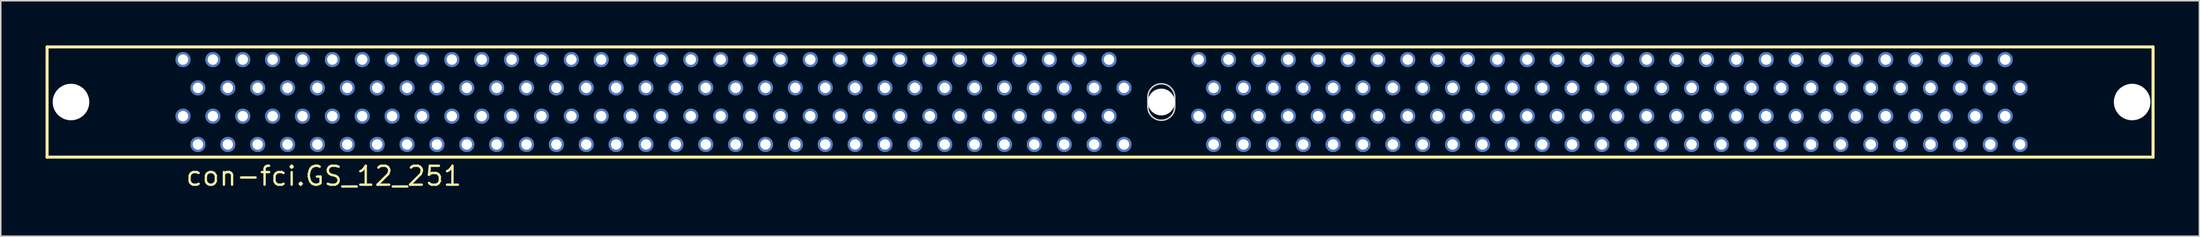
<source format=kicad_pcb>
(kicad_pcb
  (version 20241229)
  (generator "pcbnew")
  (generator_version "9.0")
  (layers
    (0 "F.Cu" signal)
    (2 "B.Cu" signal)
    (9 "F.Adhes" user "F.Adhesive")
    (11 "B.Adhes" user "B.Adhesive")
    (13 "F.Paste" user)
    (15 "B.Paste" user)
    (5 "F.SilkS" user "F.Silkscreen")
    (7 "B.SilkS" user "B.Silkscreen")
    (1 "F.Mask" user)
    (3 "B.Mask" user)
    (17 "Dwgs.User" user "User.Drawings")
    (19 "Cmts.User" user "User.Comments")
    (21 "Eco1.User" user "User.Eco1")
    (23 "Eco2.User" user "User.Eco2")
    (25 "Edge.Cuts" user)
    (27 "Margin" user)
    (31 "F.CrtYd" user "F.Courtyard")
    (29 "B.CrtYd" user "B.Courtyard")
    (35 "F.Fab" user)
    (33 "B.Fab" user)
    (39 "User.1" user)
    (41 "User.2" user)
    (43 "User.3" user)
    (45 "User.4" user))
  (footprint "con-fci.GS_12_251"
    (layer "F.Cu")
    (at 74.702 3.802)
    (property "Reference" "con-fci.GS_12_251" (at -65.405 5.715 0) (layer "F.SilkS") (effects (font (size 1.27 1.27) (thickness 0.16)) (justify left bottom)))
    (attr through_hole)
    (fp_line (start -74.6 -3.7) (end -74.6 3.7) (stroke (width 0.203) (type default)) (layer "F.SilkS"))
    (fp_line (start -74.6 -3.7) (end 66.4 -3.7) (stroke (width 0.203) (type default)) (layer "F.SilkS"))
    (fp_line (start 66.4 -3.7) (end 66.4 3.7) (stroke (width 0.203) (type default)) (layer "F.SilkS"))
    (fp_line (start 66.4 3.7) (end -74.6 3.7) (stroke (width 0.203) (type default)) (layer "F.SilkS"))
    (fp_line (start -0.9 0.325) (end -0.9 -0.325) (stroke (width 0.1) (type default)) (layer "Edge.Cuts"))
    (fp_line (start 0.9 -0.325) (end 0.9 0.325) (stroke (width 0.1) (type default)) (layer "Edge.Cuts"))
    (fp_arc (start -0.9 -0.325) (mid -0.636396 -0.961396) (end 0 -1.225) (stroke (width 0.1) (type default)) (layer "Edge.Cuts"))
    (fp_arc (start 0 -1.225) (mid 0.636396 -0.961396) (end 0.9 -0.325) (stroke (width 0.1) (type default)) (layer "Edge.Cuts"))
    (fp_arc (start 0 1.225) (mid -0.636396 0.961396) (end -0.9 0.325) (stroke (width 0.1) (type default)) (layer "Edge.Cuts"))
    (fp_arc (start 0.9 0.325) (mid 0.636396 0.961396) (end 0 1.225) (stroke (width 0.1) (type default)) (layer "Edge.Cuts"))
    (pad "" np_thru_hole circle (at -73 0) (size 2.45 2.45) (drill 2.45) (layers "*.Cu" "*.Mask"))
    (pad "" np_thru_hole circle (at 0 0) (size 1.8 1.8) (drill 1.8) (layers "*.Cu" "*.Mask"))
    (pad "" np_thru_hole circle (at 65 0) (size 2.45 2.45) (drill 2.45) (layers "*.Cu" "*.Mask"))
    (pad "1" thru_hole circle (at -65.5 0.95) (size 1.016 1.016) (drill 0.7) (layers "*.Cu" "*.Mask"))
    (pad "2" thru_hole circle (at -64.5 2.85) (size 1.016 1.016) (drill 0.7) (layers "*.Cu" "*.Mask"))
    (pad "3" thru_hole circle (at -63.5 0.95) (size 1.016 1.016) (drill 0.7) (layers "*.Cu" "*.Mask"))
    (pad "4" thru_hole circle (at -62.5 2.85) (size 1.016 1.016) (drill 0.7) (layers "*.Cu" "*.Mask"))
    (pad "5" thru_hole circle (at -61.5 0.95) (size 1.016 1.016) (drill 0.7) (layers "*.Cu" "*.Mask"))
    (pad "6" thru_hole circle (at -60.5 2.85) (size 1.016 1.016) (drill 0.7) (layers "*.Cu" "*.Mask"))
    (pad "7" thru_hole circle (at -59.5 0.95) (size 1.016 1.016) (drill 0.7) (layers "*.Cu" "*.Mask"))
    (pad "8" thru_hole circle (at -58.5 2.85) (size 1.016 1.016) (drill 0.7) (layers "*.Cu" "*.Mask"))
    (pad "9" thru_hole circle (at -57.5 0.95) (size 1.016 1.016) (drill 0.7) (layers "*.Cu" "*.Mask"))
    (pad "10" thru_hole circle (at -56.5 2.85) (size 1.016 1.016) (drill 0.7) (layers "*.Cu" "*.Mask"))
    (pad "11" thru_hole circle (at -55.5 0.95) (size 1.016 1.016) (drill 0.7) (layers "*.Cu" "*.Mask"))
    (pad "12" thru_hole circle (at -54.5 2.85) (size 1.016 1.016) (drill 0.7) (layers "*.Cu" "*.Mask"))
    (pad "13" thru_hole circle (at -53.5 0.95) (size 1.016 1.016) (drill 0.7) (layers "*.Cu" "*.Mask"))
    (pad "14" thru_hole circle (at -52.5 2.85) (size 1.016 1.016) (drill 0.7) (layers "*.Cu" "*.Mask"))
    (pad "15" thru_hole circle (at -51.5 0.95) (size 1.016 1.016) (drill 0.7) (layers "*.Cu" "*.Mask"))
    (pad "16" thru_hole circle (at -50.5 2.85) (size 1.016 1.016) (drill 0.7) (layers "*.Cu" "*.Mask"))
    (pad "17" thru_hole circle (at -49.5 0.95) (size 1.016 1.016) (drill 0.7) (layers "*.Cu" "*.Mask"))
    (pad "18" thru_hole circle (at -48.5 2.85) (size 1.016 1.016) (drill 0.7) (layers "*.Cu" "*.Mask"))
    (pad "19" thru_hole circle (at -47.5 0.95) (size 1.016 1.016) (drill 0.7) (layers "*.Cu" "*.Mask"))
    (pad "20" thru_hole circle (at -46.5 2.85) (size 1.016 1.016) (drill 0.7) (layers "*.Cu" "*.Mask"))
    (pad "21" thru_hole circle (at -45.5 0.95) (size 1.016 1.016) (drill 0.7) (layers "*.Cu" "*.Mask"))
    (pad "22" thru_hole circle (at -44.5 2.85) (size 1.016 1.016) (drill 0.7) (layers "*.Cu" "*.Mask"))
    (pad "23" thru_hole circle (at -43.5 0.95) (size 1.016 1.016) (drill 0.7) (layers "*.Cu" "*.Mask"))
    (pad "24" thru_hole circle (at -42.5 2.85) (size 1.016 1.016) (drill 0.7) (layers "*.Cu" "*.Mask"))
    (pad "25" thru_hole circle (at -41.5 0.95) (size 1.016 1.016) (drill 0.7) (layers "*.Cu" "*.Mask"))
    (pad "26" thru_hole circle (at -40.5 2.85) (size 1.016 1.016) (drill 0.7) (layers "*.Cu" "*.Mask"))
    (pad "27" thru_hole circle (at -39.5 0.95) (size 1.016 1.016) (drill 0.7) (layers "*.Cu" "*.Mask"))
    (pad "28" thru_hole circle (at -38.5 2.85) (size 1.016 1.016) (drill 0.7) (layers "*.Cu" "*.Mask"))
    (pad "29" thru_hole circle (at -37.5 0.95) (size 1.016 1.016) (drill 0.7) (layers "*.Cu" "*.Mask"))
    (pad "30" thru_hole circle (at -36.5 2.85) (size 1.016 1.016) (drill 0.7) (layers "*.Cu" "*.Mask"))
    (pad "31" thru_hole circle (at -35.5 0.95) (size 1.016 1.016) (drill 0.7) (layers "*.Cu" "*.Mask"))
    (pad "32" thru_hole circle (at -34.5 2.85) (size 1.016 1.016) (drill 0.7) (layers "*.Cu" "*.Mask"))
    (pad "33" thru_hole circle (at -33.5 0.95) (size 1.016 1.016) (drill 0.7) (layers "*.Cu" "*.Mask"))
    (pad "34" thru_hole circle (at -32.5 2.85) (size 1.016 1.016) (drill 0.7) (layers "*.Cu" "*.Mask"))
    (pad "35" thru_hole circle (at -31.5 0.95) (size 1.016 1.016) (drill 0.7) (layers "*.Cu" "*.Mask"))
    (pad "36" thru_hole circle (at -30.5 2.85) (size 1.016 1.016) (drill 0.7) (layers "*.Cu" "*.Mask"))
    (pad "37" thru_hole circle (at -29.5 0.95) (size 1.016 1.016) (drill 0.7) (layers "*.Cu" "*.Mask"))
    (pad "38" thru_hole circle (at -28.5 2.85) (size 1.016 1.016) (drill 0.7) (layers "*.Cu" "*.Mask"))
    (pad "39" thru_hole circle (at -27.5 0.95) (size 1.016 1.016) (drill 0.7) (layers "*.Cu" "*.Mask"))
    (pad "40" thru_hole circle (at -26.5 2.85) (size 1.016 1.016) (drill 0.7) (layers "*.Cu" "*.Mask"))
    (pad "41" thru_hole circle (at -25.5 0.95) (size 1.016 1.016) (drill 0.7) (layers "*.Cu" "*.Mask"))
    (pad "42" thru_hole circle (at -24.5 2.85) (size 1.016 1.016) (drill 0.7) (layers "*.Cu" "*.Mask"))
    (pad "43" thru_hole circle (at -23.5 0.95) (size 1.016 1.016) (drill 0.7) (layers "*.Cu" "*.Mask"))
    (pad "44" thru_hole circle (at -22.5 2.85) (size 1.016 1.016) (drill 0.7) (layers "*.Cu" "*.Mask"))
    (pad "45" thru_hole circle (at -21.5 0.95) (size 1.016 1.016) (drill 0.7) (layers "*.Cu" "*.Mask"))
    (pad "46" thru_hole circle (at -20.5 2.85) (size 1.016 1.016) (drill 0.7) (layers "*.Cu" "*.Mask"))
    (pad "47" thru_hole circle (at -19.5 0.95) (size 1.016 1.016) (drill 0.7) (layers "*.Cu" "*.Mask"))
    (pad "48" thru_hole circle (at -18.5 2.85) (size 1.016 1.016) (drill 0.7) (layers "*.Cu" "*.Mask"))
    (pad "49" thru_hole circle (at -17.5 0.95) (size 1.016 1.016) (drill 0.7) (layers "*.Cu" "*.Mask"))
    (pad "50" thru_hole circle (at -16.5 2.85) (size 1.016 1.016) (drill 0.7) (layers "*.Cu" "*.Mask"))
    (pad "51" thru_hole circle (at -15.5 0.95) (size 1.016 1.016) (drill 0.7) (layers "*.Cu" "*.Mask"))
    (pad "52" thru_hole circle (at -14.5 2.85) (size 1.016 1.016) (drill 0.7) (layers "*.Cu" "*.Mask"))
    (pad "53" thru_hole circle (at -13.5 0.95) (size 1.016 1.016) (drill 0.7) (layers "*.Cu" "*.Mask"))
    (pad "54" thru_hole circle (at -12.5 2.85) (size 1.016 1.016) (drill 0.7) (layers "*.Cu" "*.Mask"))
    (pad "55" thru_hole circle (at -11.5 0.95) (size 1.016 1.016) (drill 0.7) (layers "*.Cu" "*.Mask"))
    (pad "56" thru_hole circle (at -10.5 2.85) (size 1.016 1.016) (drill 0.7) (layers "*.Cu" "*.Mask"))
    (pad "57" thru_hole circle (at -9.5 0.95) (size 1.016 1.016) (drill 0.7) (layers "*.Cu" "*.Mask"))
    (pad "58" thru_hole circle (at -8.5 2.85) (size 1.016 1.016) (drill 0.7) (layers "*.Cu" "*.Mask"))
    (pad "59" thru_hole circle (at -7.5 0.95) (size 1.016 1.016) (drill 0.7) (layers "*.Cu" "*.Mask"))
    (pad "60" thru_hole circle (at -6.5 2.85) (size 1.016 1.016) (drill 0.7) (layers "*.Cu" "*.Mask"))
    (pad "61" thru_hole circle (at -5.5 0.95) (size 1.016 1.016) (drill 0.7) (layers "*.Cu" "*.Mask"))
    (pad "62" thru_hole circle (at -4.5 2.85) (size 1.016 1.016) (drill 0.7) (layers "*.Cu" "*.Mask"))
    (pad "63" thru_hole circle (at -3.5 0.95) (size 1.016 1.016) (drill 0.7) (layers "*.Cu" "*.Mask"))
    (pad "64" thru_hole circle (at -2.5 2.85) (size 1.016 1.016) (drill 0.7) (layers "*.Cu" "*.Mask"))
    (pad "65" thru_hole circle (at 2.5 0.95) (size 1.016 1.016) (drill 0.7) (layers "*.Cu" "*.Mask"))
    (pad "66" thru_hole circle (at 3.5 2.85) (size 1.016 1.016) (drill 0.7) (layers "*.Cu" "*.Mask"))
    (pad "67" thru_hole circle (at 4.5 0.95) (size 1.016 1.016) (drill 0.7) (layers "*.Cu" "*.Mask"))
    (pad "68" thru_hole circle (at 5.5 2.85) (size 1.016 1.016) (drill 0.7) (layers "*.Cu" "*.Mask"))
    (pad "69" thru_hole circle (at 6.5 0.95) (size 1.016 1.016) (drill 0.7) (layers "*.Cu" "*.Mask"))
    (pad "70" thru_hole circle (at 7.5 2.85) (size 1.016 1.016) (drill 0.7) (layers "*.Cu" "*.Mask"))
    (pad "71" thru_hole circle (at 8.5 0.95) (size 1.016 1.016) (drill 0.7) (layers "*.Cu" "*.Mask"))
    (pad "72" thru_hole circle (at 9.5 2.85) (size 1.016 1.016) (drill 0.7) (layers "*.Cu" "*.Mask"))
    (pad "73" thru_hole circle (at 10.5 0.95) (size 1.016 1.016) (drill 0.7) (layers "*.Cu" "*.Mask"))
    (pad "74" thru_hole circle (at 11.5 2.85) (size 1.016 1.016) (drill 0.7) (layers "*.Cu" "*.Mask"))
    (pad "75" thru_hole circle (at 12.5 0.95) (size 1.016 1.016) (drill 0.7) (layers "*.Cu" "*.Mask"))
    (pad "76" thru_hole circle (at 13.5 2.85) (size 1.016 1.016) (drill 0.7) (layers "*.Cu" "*.Mask"))
    (pad "77" thru_hole circle (at 14.5 0.95) (size 1.016 1.016) (drill 0.7) (layers "*.Cu" "*.Mask"))
    (pad "78" thru_hole circle (at 15.5 2.85) (size 1.016 1.016) (drill 0.7) (layers "*.Cu" "*.Mask"))
    (pad "79" thru_hole circle (at 16.5 0.95) (size 1.016 1.016) (drill 0.7) (layers "*.Cu" "*.Mask"))
    (pad "80" thru_hole circle (at 17.5 2.85) (size 1.016 1.016) (drill 0.7) (layers "*.Cu" "*.Mask"))
    (pad "81" thru_hole circle (at 18.5 0.95) (size 1.016 1.016) (drill 0.7) (layers "*.Cu" "*.Mask"))
    (pad "82" thru_hole circle (at 19.5 2.85) (size 1.016 1.016) (drill 0.7) (layers "*.Cu" "*.Mask"))
    (pad "83" thru_hole circle (at 20.5 0.95) (size 1.016 1.016) (drill 0.7) (layers "*.Cu" "*.Mask"))
    (pad "84" thru_hole circle (at 21.5 2.85) (size 1.016 1.016) (drill 0.7) (layers "*.Cu" "*.Mask"))
    (pad "85" thru_hole circle (at 22.5 0.95) (size 1.016 1.016) (drill 0.7) (layers "*.Cu" "*.Mask"))
    (pad "86" thru_hole circle (at 23.5 2.85) (size 1.016 1.016) (drill 0.7) (layers "*.Cu" "*.Mask"))
    (pad "87" thru_hole circle (at 24.5 0.95) (size 1.016 1.016) (drill 0.7) (layers "*.Cu" "*.Mask"))
    (pad "88" thru_hole circle (at 25.5 2.85) (size 1.016 1.016) (drill 0.7) (layers "*.Cu" "*.Mask"))
    (pad "89" thru_hole circle (at 26.5 0.95) (size 1.016 1.016) (drill 0.7) (layers "*.Cu" "*.Mask"))
    (pad "90" thru_hole circle (at 27.5 2.85) (size 1.016 1.016) (drill 0.7) (layers "*.Cu" "*.Mask"))
    (pad "91" thru_hole circle (at 28.5 0.95) (size 1.016 1.016) (drill 0.7) (layers "*.Cu" "*.Mask"))
    (pad "92" thru_hole circle (at 29.5 2.85) (size 1.016 1.016) (drill 0.7) (layers "*.Cu" "*.Mask"))
    (pad "93" thru_hole circle (at 30.5 0.95) (size 1.016 1.016) (drill 0.7) (layers "*.Cu" "*.Mask"))
    (pad "94" thru_hole circle (at 31.5 2.85) (size 1.016 1.016) (drill 0.7) (layers "*.Cu" "*.Mask"))
    (pad "95" thru_hole circle (at 32.5 0.95) (size 1.016 1.016) (drill 0.7) (layers "*.Cu" "*.Mask"))
    (pad "96" thru_hole circle (at 33.5 2.85) (size 1.016 1.016) (drill 0.7) (layers "*.Cu" "*.Mask"))
    (pad "97" thru_hole circle (at 34.5 0.95) (size 1.016 1.016) (drill 0.7) (layers "*.Cu" "*.Mask"))
    (pad "98" thru_hole circle (at 35.5 2.85) (size 1.016 1.016) (drill 0.7) (layers "*.Cu" "*.Mask"))
    (pad "99" thru_hole circle (at 36.5 0.95) (size 1.016 1.016) (drill 0.7) (layers "*.Cu" "*.Mask"))
    (pad "100" thru_hole circle (at 37.5 2.85) (size 1.016 1.016) (drill 0.7) (layers "*.Cu" "*.Mask"))
    (pad "101" thru_hole circle (at 38.5 0.95) (size 1.016 1.016) (drill 0.7) (layers "*.Cu" "*.Mask"))
    (pad "102" thru_hole circle (at 39.5 2.85) (size 1.016 1.016) (drill 0.7) (layers "*.Cu" "*.Mask"))
    (pad "103" thru_hole circle (at 40.5 0.95) (size 1.016 1.016) (drill 0.7) (layers "*.Cu" "*.Mask"))
    (pad "104" thru_hole circle (at 41.5 2.85) (size 1.016 1.016) (drill 0.7) (layers "*.Cu" "*.Mask"))
    (pad "105" thru_hole circle (at 42.5 0.95) (size 1.016 1.016) (drill 0.7) (layers "*.Cu" "*.Mask"))
    (pad "106" thru_hole circle (at 43.5 2.85) (size 1.016 1.016) (drill 0.7) (layers "*.Cu" "*.Mask"))
    (pad "107" thru_hole circle (at 44.5 0.95) (size 1.016 1.016) (drill 0.7) (layers "*.Cu" "*.Mask"))
    (pad "108" thru_hole circle (at 45.5 2.85) (size 1.016 1.016) (drill 0.7) (layers "*.Cu" "*.Mask"))
    (pad "109" thru_hole circle (at 46.5 0.95) (size 1.016 1.016) (drill 0.7) (layers "*.Cu" "*.Mask"))
    (pad "110" thru_hole circle (at 47.5 2.85) (size 1.016 1.016) (drill 0.7) (layers "*.Cu" "*.Mask"))
    (pad "111" thru_hole circle (at 48.5 0.95) (size 1.016 1.016) (drill 0.7) (layers "*.Cu" "*.Mask"))
    (pad "112" thru_hole circle (at 49.5 2.85) (size 1.016 1.016) (drill 0.7) (layers "*.Cu" "*.Mask"))
    (pad "113" thru_hole circle (at 50.5 0.95) (size 1.016 1.016) (drill 0.7) (layers "*.Cu" "*.Mask"))
    (pad "114" thru_hole circle (at 51.5 2.85) (size 1.016 1.016) (drill 0.7) (layers "*.Cu" "*.Mask"))
    (pad "115" thru_hole circle (at 52.5 0.95) (size 1.016 1.016) (drill 0.7) (layers "*.Cu" "*.Mask"))
    (pad "116" thru_hole circle (at 53.5 2.85) (size 1.016 1.016) (drill 0.7) (layers "*.Cu" "*.Mask"))
    (pad "117" thru_hole circle (at 54.5 0.95) (size 1.016 1.016) (drill 0.7) (layers "*.Cu" "*.Mask"))
    (pad "118" thru_hole circle (at 55.5 2.85) (size 1.016 1.016) (drill 0.7) (layers "*.Cu" "*.Mask"))
    (pad "119" thru_hole circle (at 56.5 0.95) (size 1.016 1.016) (drill 0.7) (layers "*.Cu" "*.Mask"))
    (pad "120" thru_hole circle (at 57.5 2.85) (size 1.016 1.016) (drill 0.7) (layers "*.Cu" "*.Mask"))
    (pad "121" thru_hole circle (at -65.5 -2.85) (size 1.016 1.016) (drill 0.7) (layers "*.Cu" "*.Mask"))
    (pad "122" thru_hole circle (at -64.5 -0.95) (size 1.016 1.016) (drill 0.7) (layers "*.Cu" "*.Mask"))
    (pad "123" thru_hole circle (at -63.5 -2.85) (size 1.016 1.016) (drill 0.7) (layers "*.Cu" "*.Mask"))
    (pad "124" thru_hole circle (at -62.5 -0.95) (size 1.016 1.016) (drill 0.7) (layers "*.Cu" "*.Mask"))
    (pad "125" thru_hole circle (at -61.5 -2.85) (size 1.016 1.016) (drill 0.7) (layers "*.Cu" "*.Mask"))
    (pad "126" thru_hole circle (at -60.5 -0.95) (size 1.016 1.016) (drill 0.7) (layers "*.Cu" "*.Mask"))
    (pad "127" thru_hole circle (at -59.5 -2.85) (size 1.016 1.016) (drill 0.7) (layers "*.Cu" "*.Mask"))
    (pad "128" thru_hole circle (at -58.5 -0.95) (size 1.016 1.016) (drill 0.7) (layers "*.Cu" "*.Mask"))
    (pad "129" thru_hole circle (at -57.5 -2.85) (size 1.016 1.016) (drill 0.7) (layers "*.Cu" "*.Mask"))
    (pad "130" thru_hole circle (at -56.5 -0.95) (size 1.016 1.016) (drill 0.7) (layers "*.Cu" "*.Mask"))
    (pad "131" thru_hole circle (at -55.5 -2.85) (size 1.016 1.016) (drill 0.7) (layers "*.Cu" "*.Mask"))
    (pad "132" thru_hole circle (at -54.5 -0.95) (size 1.016 1.016) (drill 0.7) (layers "*.Cu" "*.Mask"))
    (pad "133" thru_hole circle (at -53.5 -2.85) (size 1.016 1.016) (drill 0.7) (layers "*.Cu" "*.Mask"))
    (pad "134" thru_hole circle (at -52.5 -0.95) (size 1.016 1.016) (drill 0.7) (layers "*.Cu" "*.Mask"))
    (pad "135" thru_hole circle (at -51.5 -2.85) (size 1.016 1.016) (drill 0.7) (layers "*.Cu" "*.Mask"))
    (pad "136" thru_hole circle (at -50.5 -0.95) (size 1.016 1.016) (drill 0.7) (layers "*.Cu" "*.Mask"))
    (pad "137" thru_hole circle (at -49.5 -2.85) (size 1.016 1.016) (drill 0.7) (layers "*.Cu" "*.Mask"))
    (pad "138" thru_hole circle (at -48.5 -0.95) (size 1.016 1.016) (drill 0.7) (layers "*.Cu" "*.Mask"))
    (pad "139" thru_hole circle (at -47.5 -2.85) (size 1.016 1.016) (drill 0.7) (layers "*.Cu" "*.Mask"))
    (pad "140" thru_hole circle (at -46.5 -0.95) (size 1.016 1.016) (drill 0.7) (layers "*.Cu" "*.Mask"))
    (pad "141" thru_hole circle (at -45.5 -2.85) (size 1.016 1.016) (drill 0.7) (layers "*.Cu" "*.Mask"))
    (pad "142" thru_hole circle (at -44.5 -0.95) (size 1.016 1.016) (drill 0.7) (layers "*.Cu" "*.Mask"))
    (pad "143" thru_hole circle (at -43.5 -2.85) (size 1.016 1.016) (drill 0.7) (layers "*.Cu" "*.Mask"))
    (pad "144" thru_hole circle (at -42.5 -0.95) (size 1.016 1.016) (drill 0.7) (layers "*.Cu" "*.Mask"))
    (pad "145" thru_hole circle (at -41.5 -2.85) (size 1.016 1.016) (drill 0.7) (layers "*.Cu" "*.Mask"))
    (pad "146" thru_hole circle (at -40.5 -0.95) (size 1.016 1.016) (drill 0.7) (layers "*.Cu" "*.Mask"))
    (pad "147" thru_hole circle (at -39.5 -2.85) (size 1.016 1.016) (drill 0.7) (layers "*.Cu" "*.Mask"))
    (pad "148" thru_hole circle (at -38.5 -0.95) (size 1.016 1.016) (drill 0.7) (layers "*.Cu" "*.Mask"))
    (pad "149" thru_hole circle (at -37.5 -2.85) (size 1.016 1.016) (drill 0.7) (layers "*.Cu" "*.Mask"))
    (pad "150" thru_hole circle (at -36.5 -0.95) (size 1.016 1.016) (drill 0.7) (layers "*.Cu" "*.Mask"))
    (pad "151" thru_hole circle (at -35.5 -2.85) (size 1.016 1.016) (drill 0.7) (layers "*.Cu" "*.Mask"))
    (pad "152" thru_hole circle (at -34.5 -0.95) (size 1.016 1.016) (drill 0.7) (layers "*.Cu" "*.Mask"))
    (pad "153" thru_hole circle (at -33.5 -2.85) (size 1.016 1.016) (drill 0.7) (layers "*.Cu" "*.Mask"))
    (pad "154" thru_hole circle (at -32.5 -0.95) (size 1.016 1.016) (drill 0.7) (layers "*.Cu" "*.Mask"))
    (pad "155" thru_hole circle (at -31.5 -2.85) (size 1.016 1.016) (drill 0.7) (layers "*.Cu" "*.Mask"))
    (pad "156" thru_hole circle (at -30.5 -0.95) (size 1.016 1.016) (drill 0.7) (layers "*.Cu" "*.Mask"))
    (pad "157" thru_hole circle (at -29.5 -2.85) (size 1.016 1.016) (drill 0.7) (layers "*.Cu" "*.Mask"))
    (pad "158" thru_hole circle (at -28.5 -0.95) (size 1.016 1.016) (drill 0.7) (layers "*.Cu" "*.Mask"))
    (pad "159" thru_hole circle (at -27.5 -2.85) (size 1.016 1.016) (drill 0.7) (layers "*.Cu" "*.Mask"))
    (pad "160" thru_hole circle (at -26.5 -0.95) (size 1.016 1.016) (drill 0.7) (layers "*.Cu" "*.Mask"))
    (pad "161" thru_hole circle (at -25.5 -2.85) (size 1.016 1.016) (drill 0.7) (layers "*.Cu" "*.Mask"))
    (pad "162" thru_hole circle (at -24.5 -0.95) (size 1.016 1.016) (drill 0.7) (layers "*.Cu" "*.Mask"))
    (pad "163" thru_hole circle (at -23.5 -2.85) (size 1.016 1.016) (drill 0.7) (layers "*.Cu" "*.Mask"))
    (pad "164" thru_hole circle (at -22.5 -0.95) (size 1.016 1.016) (drill 0.7) (layers "*.Cu" "*.Mask"))
    (pad "165" thru_hole circle (at -21.5 -2.85) (size 1.016 1.016) (drill 0.7) (layers "*.Cu" "*.Mask"))
    (pad "166" thru_hole circle (at -20.5 -0.95) (size 1.016 1.016) (drill 0.7) (layers "*.Cu" "*.Mask"))
    (pad "167" thru_hole circle (at -19.5 -2.85) (size 1.016 1.016) (drill 0.7) (layers "*.Cu" "*.Mask"))
    (pad "168" thru_hole circle (at -18.5 -0.95) (size 1.016 1.016) (drill 0.7) (layers "*.Cu" "*.Mask"))
    (pad "169" thru_hole circle (at -17.5 -2.85) (size 1.016 1.016) (drill 0.7) (layers "*.Cu" "*.Mask"))
    (pad "170" thru_hole circle (at -16.5 -0.95) (size 1.016 1.016) (drill 0.7) (layers "*.Cu" "*.Mask"))
    (pad "171" thru_hole circle (at -15.5 -2.85) (size 1.016 1.016) (drill 0.7) (layers "*.Cu" "*.Mask"))
    (pad "172" thru_hole circle (at -14.5 -0.95) (size 1.016 1.016) (drill 0.7) (layers "*.Cu" "*.Mask"))
    (pad "173" thru_hole circle (at -13.5 -2.85) (size 1.016 1.016) (drill 0.7) (layers "*.Cu" "*.Mask"))
    (pad "174" thru_hole circle (at -12.5 -0.95) (size 1.016 1.016) (drill 0.7) (layers "*.Cu" "*.Mask"))
    (pad "175" thru_hole circle (at -11.5 -2.85) (size 1.016 1.016) (drill 0.7) (layers "*.Cu" "*.Mask"))
    (pad "176" thru_hole circle (at -10.5 -0.95) (size 1.016 1.016) (drill 0.7) (layers "*.Cu" "*.Mask"))
    (pad "177" thru_hole circle (at -9.5 -2.85) (size 1.016 1.016) (drill 0.7) (layers "*.Cu" "*.Mask"))
    (pad "178" thru_hole circle (at -8.5 -0.95) (size 1.016 1.016) (drill 0.7) (layers "*.Cu" "*.Mask"))
    (pad "179" thru_hole circle (at -7.5 -2.85) (size 1.016 1.016) (drill 0.7) (layers "*.Cu" "*.Mask"))
    (pad "180" thru_hole circle (at -6.5 -0.95) (size 1.016 1.016) (drill 0.7) (layers "*.Cu" "*.Mask"))
    (pad "181" thru_hole circle (at -5.5 -2.85) (size 1.016 1.016) (drill 0.7) (layers "*.Cu" "*.Mask"))
    (pad "182" thru_hole circle (at -4.5 -0.95) (size 1.016 1.016) (drill 0.7) (layers "*.Cu" "*.Mask"))
    (pad "183" thru_hole circle (at -3.5 -2.85) (size 1.016 1.016) (drill 0.7) (layers "*.Cu" "*.Mask"))
    (pad "184" thru_hole circle (at -2.5 -0.95) (size 1.016 1.016) (drill 0.7) (layers "*.Cu" "*.Mask"))
    (pad "185" thru_hole circle (at 2.5 -2.85) (size 1.016 1.016) (drill 0.7) (layers "*.Cu" "*.Mask"))
    (pad "186" thru_hole circle (at 3.5 -0.95) (size 1.016 1.016) (drill 0.7) (layers "*.Cu" "*.Mask"))
    (pad "187" thru_hole circle (at 4.5 -2.85) (size 1.016 1.016) (drill 0.7) (layers "*.Cu" "*.Mask"))
    (pad "188" thru_hole circle (at 5.5 -0.95) (size 1.016 1.016) (drill 0.7) (layers "*.Cu" "*.Mask"))
    (pad "189" thru_hole circle (at 6.5 -2.85) (size 1.016 1.016) (drill 0.7) (layers "*.Cu" "*.Mask"))
    (pad "190" thru_hole circle (at 7.5 -0.95) (size 1.016 1.016) (drill 0.7) (layers "*.Cu" "*.Mask"))
    (pad "191" thru_hole circle (at 8.5 -2.85) (size 1.016 1.016) (drill 0.7) (layers "*.Cu" "*.Mask"))
    (pad "192" thru_hole circle (at 9.5 -0.95) (size 1.016 1.016) (drill 0.7) (layers "*.Cu" "*.Mask"))
    (pad "193" thru_hole circle (at 10.5 -2.85) (size 1.016 1.016) (drill 0.7) (layers "*.Cu" "*.Mask"))
    (pad "194" thru_hole circle (at 11.5 -0.95) (size 1.016 1.016) (drill 0.7) (layers "*.Cu" "*.Mask"))
    (pad "195" thru_hole circle (at 12.5 -2.85) (size 1.016 1.016) (drill 0.7) (layers "*.Cu" "*.Mask"))
    (pad "196" thru_hole circle (at 13.5 -0.95) (size 1.016 1.016) (drill 0.7) (layers "*.Cu" "*.Mask"))
    (pad "197" thru_hole circle (at 14.5 -2.85) (size 1.016 1.016) (drill 0.7) (layers "*.Cu" "*.Mask"))
    (pad "198" thru_hole circle (at 15.5 -0.95) (size 1.016 1.016) (drill 0.7) (layers "*.Cu" "*.Mask"))
    (pad "199" thru_hole circle (at 16.5 -2.85) (size 1.016 1.016) (drill 0.7) (layers "*.Cu" "*.Mask"))
    (pad "200" thru_hole circle (at 17.5 -0.95) (size 1.016 1.016) (drill 0.7) (layers "*.Cu" "*.Mask"))
    (pad "201" thru_hole circle (at 18.5 -2.85) (size 1.016 1.016) (drill 0.7) (layers "*.Cu" "*.Mask"))
    (pad "202" thru_hole circle (at 19.5 -0.95) (size 1.016 1.016) (drill 0.7) (layers "*.Cu" "*.Mask"))
    (pad "203" thru_hole circle (at 20.5 -2.85) (size 1.016 1.016) (drill 0.7) (layers "*.Cu" "*.Mask"))
    (pad "204" thru_hole circle (at 21.5 -0.95) (size 1.016 1.016) (drill 0.7) (layers "*.Cu" "*.Mask"))
    (pad "205" thru_hole circle (at 22.5 -2.85) (size 1.016 1.016) (drill 0.7) (layers "*.Cu" "*.Mask"))
    (pad "206" thru_hole circle (at 23.5 -0.95) (size 1.016 1.016) (drill 0.7) (layers "*.Cu" "*.Mask"))
    (pad "207" thru_hole circle (at 24.5 -2.85) (size 1.016 1.016) (drill 0.7) (layers "*.Cu" "*.Mask"))
    (pad "208" thru_hole circle (at 25.5 -0.95) (size 1.016 1.016) (drill 0.7) (layers "*.Cu" "*.Mask"))
    (pad "209" thru_hole circle (at 26.5 -2.85) (size 1.016 1.016) (drill 0.7) (layers "*.Cu" "*.Mask"))
    (pad "210" thru_hole circle (at 27.5 -0.95) (size 1.016 1.016) (drill 0.7) (layers "*.Cu" "*.Mask"))
    (pad "211" thru_hole circle (at 28.5 -2.85) (size 1.016 1.016) (drill 0.7) (layers "*.Cu" "*.Mask"))
    (pad "212" thru_hole circle (at 29.5 -0.95) (size 1.016 1.016) (drill 0.7) (layers "*.Cu" "*.Mask"))
    (pad "213" thru_hole circle (at 30.5 -2.85) (size 1.016 1.016) (drill 0.7) (layers "*.Cu" "*.Mask"))
    (pad "214" thru_hole circle (at 31.5 -0.95) (size 1.016 1.016) (drill 0.7) (layers "*.Cu" "*.Mask"))
    (pad "215" thru_hole circle (at 32.5 -2.85) (size 1.016 1.016) (drill 0.7) (layers "*.Cu" "*.Mask"))
    (pad "216" thru_hole circle (at 33.5 -0.95) (size 1.016 1.016) (drill 0.7) (layers "*.Cu" "*.Mask"))
    (pad "217" thru_hole circle (at 34.5 -2.85) (size 1.016 1.016) (drill 0.7) (layers "*.Cu" "*.Mask"))
    (pad "218" thru_hole circle (at 35.5 -0.95) (size 1.016 1.016) (drill 0.7) (layers "*.Cu" "*.Mask"))
    (pad "219" thru_hole circle (at 36.5 -2.85) (size 1.016 1.016) (drill 0.7) (layers "*.Cu" "*.Mask"))
    (pad "220" thru_hole circle (at 37.5 -0.95) (size 1.016 1.016) (drill 0.7) (layers "*.Cu" "*.Mask"))
    (pad "221" thru_hole circle (at 38.5 -2.85) (size 1.016 1.016) (drill 0.7) (layers "*.Cu" "*.Mask"))
    (pad "222" thru_hole circle (at 39.5 -0.95) (size 1.016 1.016) (drill 0.7) (layers "*.Cu" "*.Mask"))
    (pad "223" thru_hole circle (at 40.5 -2.85) (size 1.016 1.016) (drill 0.7) (layers "*.Cu" "*.Mask"))
    (pad "224" thru_hole circle (at 41.5 -0.95) (size 1.016 1.016) (drill 0.7) (layers "*.Cu" "*.Mask"))
    (pad "225" thru_hole circle (at 42.5 -2.85) (size 1.016 1.016) (drill 0.7) (layers "*.Cu" "*.Mask"))
    (pad "226" thru_hole circle (at 43.5 -0.95) (size 1.016 1.016) (drill 0.7) (layers "*.Cu" "*.Mask"))
    (pad "227" thru_hole circle (at 44.5 -2.85) (size 1.016 1.016) (drill 0.7) (layers "*.Cu" "*.Mask"))
    (pad "228" thru_hole circle (at 45.5 -0.95) (size 1.016 1.016) (drill 0.7) (layers "*.Cu" "*.Mask"))
    (pad "229" thru_hole circle (at 46.5 -2.85) (size 1.016 1.016) (drill 0.7) (layers "*.Cu" "*.Mask"))
    (pad "230" thru_hole circle (at 47.5 -0.95) (size 1.016 1.016) (drill 0.7) (layers "*.Cu" "*.Mask"))
    (pad "231" thru_hole circle (at 48.5 -2.85) (size 1.016 1.016) (drill 0.7) (layers "*.Cu" "*.Mask"))
    (pad "232" thru_hole circle (at 49.5 -0.95) (size 1.016 1.016) (drill 0.7) (layers "*.Cu" "*.Mask"))
    (pad "233" thru_hole circle (at 50.5 -2.85) (size 1.016 1.016) (drill 0.7) (layers "*.Cu" "*.Mask"))
    (pad "234" thru_hole circle (at 51.5 -0.95) (size 1.016 1.016) (drill 0.7) (layers "*.Cu" "*.Mask"))
    (pad "235" thru_hole circle (at 52.5 -2.85) (size 1.016 1.016) (drill 0.7) (layers "*.Cu" "*.Mask"))
    (pad "236" thru_hole circle (at 53.5 -0.95) (size 1.016 1.016) (drill 0.7) (layers "*.Cu" "*.Mask"))
    (pad "237" thru_hole circle (at 54.5 -2.85) (size 1.016 1.016) (drill 0.7) (layers "*.Cu" "*.Mask"))
    (pad "238" thru_hole circle (at 55.5 -0.95) (size 1.016 1.016) (drill 0.7) (layers "*.Cu" "*.Mask"))
    (pad "239" thru_hole circle (at 56.5 -2.85) (size 1.016 1.016) (drill 0.7) (layers "*.Cu" "*.Mask"))
    (pad "240" thru_hole circle (at 57.5 -0.95) (size 1.016 1.016) (drill 0.7) (layers "*.Cu" "*.Mask")))
  (gr_rect
    (start -3 -3)
    (end 144.203 12.814)
    (stroke (width 0.1) (type default))
    (fill no)
    (layer "Edge.Cuts")))
</source>
